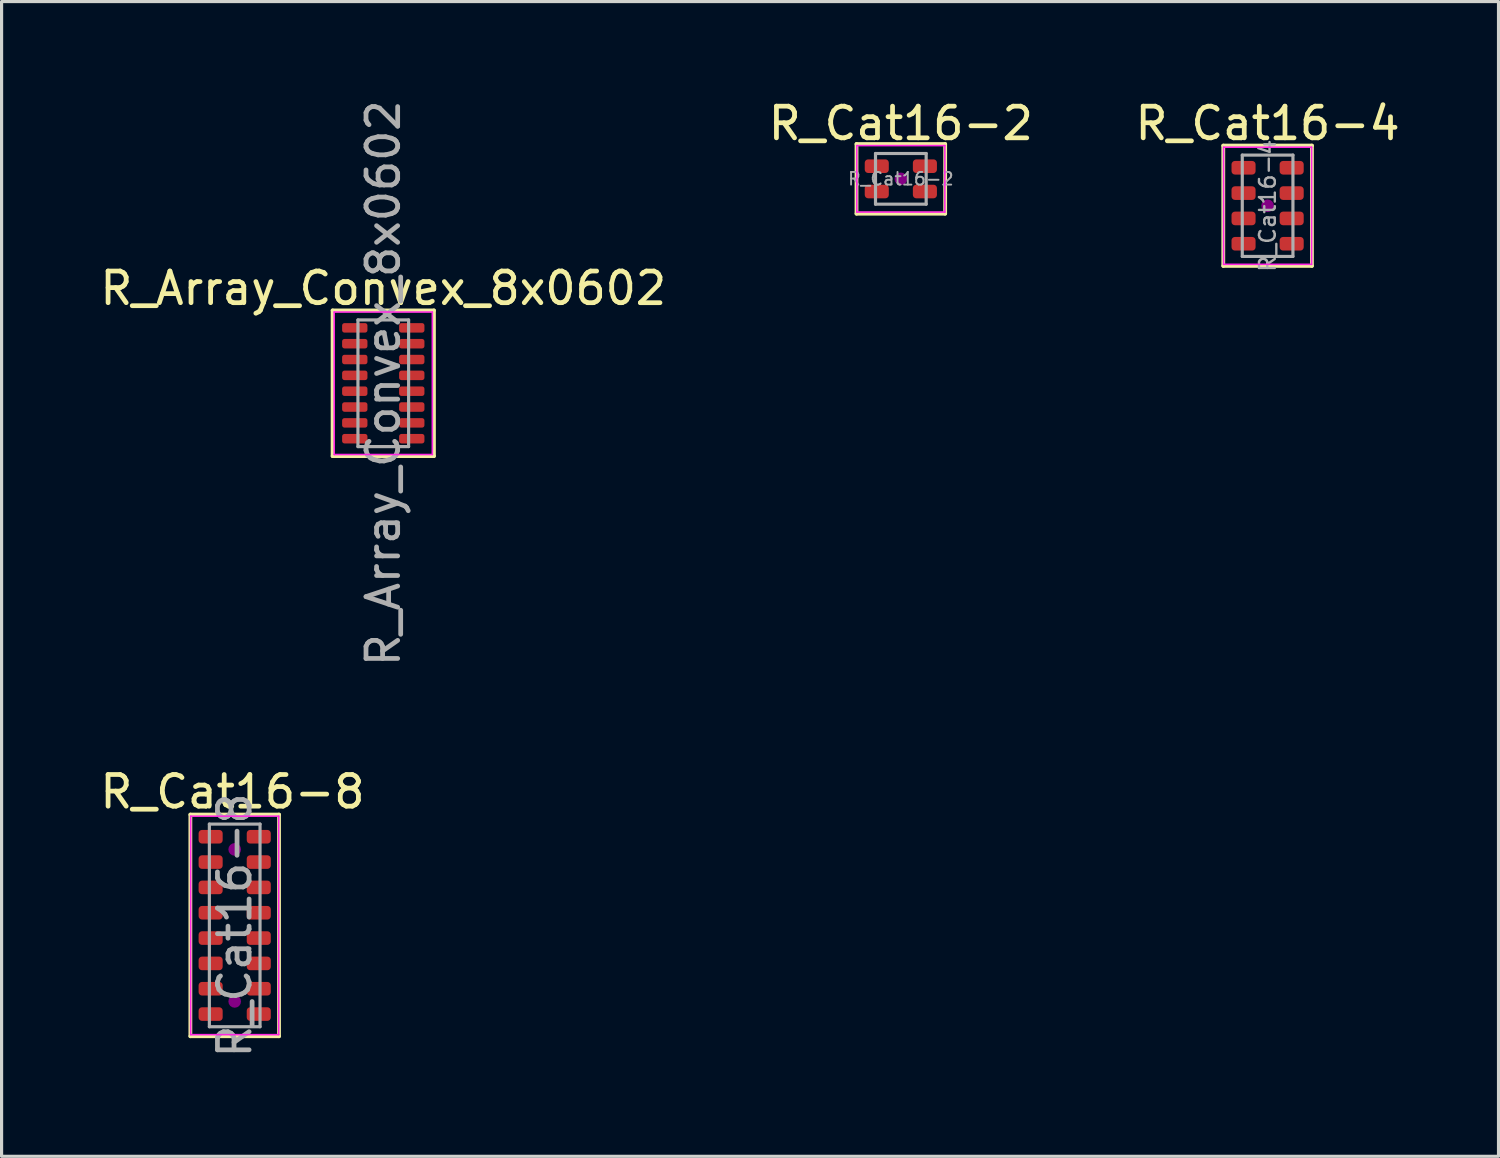
<source format=kicad_pcb>
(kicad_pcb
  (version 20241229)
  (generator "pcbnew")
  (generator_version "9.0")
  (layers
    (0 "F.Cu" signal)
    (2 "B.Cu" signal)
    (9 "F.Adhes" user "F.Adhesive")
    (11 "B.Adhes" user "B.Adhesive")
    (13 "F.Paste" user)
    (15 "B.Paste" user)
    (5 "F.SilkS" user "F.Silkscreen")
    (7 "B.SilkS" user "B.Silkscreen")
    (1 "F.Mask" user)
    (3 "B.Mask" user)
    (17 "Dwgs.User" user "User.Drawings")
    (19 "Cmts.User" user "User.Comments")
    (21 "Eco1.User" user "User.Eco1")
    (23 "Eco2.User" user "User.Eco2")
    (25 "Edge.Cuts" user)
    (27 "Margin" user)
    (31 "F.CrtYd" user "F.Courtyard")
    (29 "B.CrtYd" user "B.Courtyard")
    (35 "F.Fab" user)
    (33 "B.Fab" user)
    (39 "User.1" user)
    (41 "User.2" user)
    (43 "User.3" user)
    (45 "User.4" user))
  (footprint "R_Array_Convex_8x0602"
    (layer "F.Cu")
    (at 9.054 9.054)
    (property "Reference" "R_Array_Convex_8x0602" (at 0 -3 0) (layer "F.SilkS") (effects (font (size 1 1) (thickness 0.15))))
    (attr smd)
    (fp_line (start -1.6 -2.3) (end -1.6 2.3) (stroke (width 0.12) (type solid)) (layer "F.SilkS"))
    (fp_line (start -1.6 2.3) (end 1.6 2.3) (stroke (width 0.12) (type solid)) (layer "F.SilkS"))
    (fp_line (start 1.6 -2.3) (end -1.6 -2.3) (stroke (width 0.12) (type solid)) (layer "F.SilkS"))
    (fp_line (start 1.6 2.3) (end 1.6 -2.3) (stroke (width 0.12) (type solid)) (layer "F.SilkS"))
    (fp_line (start -1.55 -2.25) (end -1.55 2.25) (stroke (width 0.05) (type solid)) (layer "F.CrtYd"))
    (fp_line (start -1.55 -2.25) (end 1.55 -2.25) (stroke (width 0.05) (type solid)) (layer "F.CrtYd"))
    (fp_line (start 1.55 2.25) (end -1.55 2.25) (stroke (width 0.05) (type solid)) (layer "F.CrtYd"))
    (fp_line (start 1.55 2.25) (end 1.55 -2.25) (stroke (width 0.05) (type solid)) (layer "F.CrtYd"))
    (fp_line (start -0.8 -2) (end -0.8 2) (stroke (width 0.1) (type solid)) (layer "F.Fab"))
    (fp_line (start -0.8 2) (end 0.8 2) (stroke (width 0.1) (type solid)) (layer "F.Fab"))
    (fp_line (start 0.8 -2) (end -0.8 -2) (stroke (width 0.1) (type solid)) (layer "F.Fab"))
    (fp_line (start 0.8 2) (end 0.8 -2) (stroke (width 0.1) (type solid)) (layer "F.Fab"))
    (fp_text user "${REFERENCE}" (at 0 0 90) (layer "F.Fab") (effects (font (size 1 1) (thickness 0.15))))
    (pad "1" smd roundrect (at -0.9 -1.75) (size 0.8 0.3) (layers "F.Cu" "F.Mask" "F.Paste") (roundrect_rratio 0.25))
    (pad "2" smd roundrect (at -0.9 -1.25) (size 0.8 0.3) (layers "F.Cu" "F.Mask" "F.Paste") (roundrect_rratio 0.25))
    (pad "3" smd roundrect (at -0.9 -0.75) (size 0.8 0.3) (layers "F.Cu" "F.Mask" "F.Paste") (roundrect_rratio 0.25))
    (pad "4" smd roundrect (at -0.9 -0.25) (size 0.8 0.3) (layers "F.Cu" "F.Mask" "F.Paste") (roundrect_rratio 0.25))
    (pad "5" smd roundrect (at -0.9 0.25) (size 0.8 0.3) (layers "F.Cu" "F.Mask" "F.Paste") (roundrect_rratio 0.25))
    (pad "6" smd roundrect (at -0.9 0.75) (size 0.8 0.3) (layers "F.Cu" "F.Mask" "F.Paste") (roundrect_rratio 0.25))
    (pad "7" smd roundrect (at -0.9 1.25) (size 0.8 0.3) (layers "F.Cu" "F.Mask" "F.Paste") (roundrect_rratio 0.25))
    (pad "8" smd roundrect (at -0.9 1.75) (size 0.8 0.3) (layers "F.Cu" "F.Mask" "F.Paste") (roundrect_rratio 0.25))
    (pad "9" smd roundrect (at 0.9 1.75) (size 0.8 0.3) (layers "F.Cu" "F.Mask" "F.Paste") (roundrect_rratio 0.25))
    (pad "10" smd roundrect (at 0.9 1.25) (size 0.8 0.3) (layers "F.Cu" "F.Mask" "F.Paste") (roundrect_rratio 0.25))
    (pad "11" smd roundrect (at 0.9 0.75) (size 0.8 0.3) (layers "F.Cu" "F.Mask" "F.Paste") (roundrect_rratio 0.25))
    (pad "12" smd roundrect (at 0.9 0.25) (size 0.8 0.3) (layers "F.Cu" "F.Mask" "F.Paste") (roundrect_rratio 0.25))
    (pad "13" smd roundrect (at 0.9 -0.25) (size 0.8 0.3) (layers "F.Cu" "F.Mask" "F.Paste") (roundrect_rratio 0.25))
    (pad "14" smd roundrect (at 0.9 -0.75) (size 0.8 0.3) (layers "F.Cu" "F.Mask" "F.Paste") (roundrect_rratio 0.25))
    (pad "15" smd roundrect (at 0.9 -1.25) (size 0.8 0.3) (layers "F.Cu" "F.Mask" "F.Paste") (roundrect_rratio 0.25))
    (pad "16" smd roundrect (at 0.9 -1.75) (size 0.8 0.3) (layers "F.Cu" "F.Mask" "F.Paste") (roundrect_rratio 0.25)))
  (footprint "R_Cat16-8"
    (layer "F.Cu")
    (at 4.362 26.175)
    (property "Reference" "R_Cat16-8" (at -0.07 -4.22 0) (layer "F.SilkS") (effects (font (size 1 1) (thickness 0.15))))
    (attr smd)
    (fp_line (start -1.4 -3.5) (end -1.4 3.5) (stroke (width 0.12) (type solid)) (layer "F.SilkS"))
    (fp_line (start -1.4 3.5) (end 1.4 3.5) (stroke (width 0.12) (type solid)) (layer "F.SilkS"))
    (fp_line (start 1.4 -3.5) (end -1.4 -3.5) (stroke (width 0.12) (type solid)) (layer "F.SilkS"))
    (fp_line (start 1.4 3.5) (end 1.4 -3.5) (stroke (width 0.12) (type solid)) (layer "F.SilkS"))
    (fp_circle (center 0 -2.4) (end -0.1 -2.4) (stroke (width 0.2) (type solid)) (fill no) (layer "F.Adhes"))
    (fp_circle (center 0 2.4) (end -0.1 2.4) (stroke (width 0.2) (type solid)) (fill no) (layer "F.Adhes"))
    (fp_line (start -1.39 -3.45) (end -1.39 3.45) (stroke (width 0.05) (type solid)) (layer "F.CrtYd"))
    (fp_line (start -1.39 -3.45) (end 1.39 -3.45) (stroke (width 0.05) (type solid)) (layer "F.CrtYd"))
    (fp_line (start 1.39 3.45) (end -1.39 3.45) (stroke (width 0.05) (type solid)) (layer "F.CrtYd"))
    (fp_line (start 1.39 3.45) (end 1.39 -3.45) (stroke (width 0.05) (type solid)) (layer "F.CrtYd"))
    (fp_line (start -0.8 -3.2) (end 0.8 -3.2) (stroke (width 0.1) (type solid)) (layer "F.Fab"))
    (fp_line (start -0.8 3.2) (end -0.8 -3.2) (stroke (width 0.1) (type solid)) (layer "F.Fab"))
    (fp_line (start 0.8 -3.2) (end 0.8 3.2) (stroke (width 0.1) (type solid)) (layer "F.Fab"))
    (fp_line (start 0.8 3.2) (end -0.8 3.2) (stroke (width 0.1) (type solid)) (layer "F.Fab"))
    (fp_text user "${REFERENCE}" (at 0 0 90) (layer "F.Fab") (effects (font (size 1 1) (thickness 0.15))))
    (pad "1" smd roundrect (at -0.76 -2.8 180) (size 0.76 0.43) (layers "F.Cu" "F.Mask" "F.Paste") (roundrect_rratio 0.25))
    (pad "2" smd roundrect (at -0.76 -2 180) (size 0.76 0.43) (layers "F.Cu" "F.Mask" "F.Paste") (roundrect_rratio 0.25))
    (pad "3" smd roundrect (at -0.76 -1.2 180) (size 0.76 0.43) (layers "F.Cu" "F.Mask" "F.Paste") (roundrect_rratio 0.25))
    (pad "4" smd roundrect (at -0.76 -0.4 180) (size 0.76 0.43) (layers "F.Cu" "F.Mask" "F.Paste") (roundrect_rratio 0.25))
    (pad "5" smd roundrect (at -0.76 0.4 180) (size 0.76 0.43) (layers "F.Cu" "F.Mask" "F.Paste") (roundrect_rratio 0.25))
    (pad "6" smd roundrect (at -0.76 1.2 180) (size 0.76 0.43) (layers "F.Cu" "F.Mask" "F.Paste") (roundrect_rratio 0.25))
    (pad "7" smd roundrect (at -0.76 2 180) (size 0.76 0.43) (layers "F.Cu" "F.Mask" "F.Paste") (roundrect_rratio 0.25))
    (pad "8" smd roundrect (at -0.76 2.8 180) (size 0.76 0.43) (layers "F.Cu" "F.Mask" "F.Paste") (roundrect_rratio 0.25))
    (pad "9" smd roundrect (at 0.76 2.8 180) (size 0.76 0.43) (layers "F.Cu" "F.Mask" "F.Paste") (roundrect_rratio 0.25))
    (pad "10" smd roundrect (at 0.76 2 180) (size 0.76 0.43) (layers "F.Cu" "F.Mask" "F.Paste") (roundrect_rratio 0.25))
    (pad "11" smd roundrect (at 0.76 1.2 180) (size 0.76 0.43) (layers "F.Cu" "F.Mask" "F.Paste") (roundrect_rratio 0.25))
    (pad "12" smd roundrect (at 0.76 0.4 180) (size 0.76 0.43) (layers "F.Cu" "F.Mask" "F.Paste") (roundrect_rratio 0.25))
    (pad "13" smd roundrect (at 0.76 -0.4 180) (size 0.76 0.43) (layers "F.Cu" "F.Mask" "F.Paste") (roundrect_rratio 0.25))
    (pad "14" smd roundrect (at 0.76 -1.2 180) (size 0.76 0.43) (layers "F.Cu" "F.Mask" "F.Paste") (roundrect_rratio 0.25))
    (pad "15" smd roundrect (at 0.76 -2 180) (size 0.76 0.43) (layers "F.Cu" "F.Mask" "F.Paste") (roundrect_rratio 0.25))
    (pad "16" smd roundrect (at 0.76 -2.8 180) (size 0.76 0.43) (layers "F.Cu" "F.Mask" "F.Paste") (roundrect_rratio 0.25)))
  (footprint "R_Cat16-4"
    (layer "F.Cu")
    (at 36.982 3.448)
    (property "Reference" "R_Cat16-4" (at 0 -2.6 0) (layer "F.SilkS") (effects (font (size 1 1) (thickness 0.15))))
    (attr smd)
    (fp_line (start -1.4 -1.9) (end -1.4 1.9) (stroke (width 0.12) (type solid)) (layer "F.SilkS"))
    (fp_line (start -1.4 1.9) (end 1.4 1.9) (stroke (width 0.12) (type solid)) (layer "F.SilkS"))
    (fp_line (start 1.4 -1.9) (end -1.4 -1.9) (stroke (width 0.12) (type solid)) (layer "F.SilkS"))
    (fp_line (start 1.4 1.9) (end 1.4 -1.9) (stroke (width 0.12) (type solid)) (layer "F.SilkS"))
    (fp_circle (center 0 0) (end -0.1 0) (stroke (width 0.2) (type solid)) (fill no) (layer "F.Adhes"))
    (fp_line (start -1.39 -1.85) (end -1.39 1.85) (stroke (width 0.05) (type solid)) (layer "F.CrtYd"))
    (fp_line (start -1.39 -1.85) (end 1.39 -1.85) (stroke (width 0.05) (type solid)) (layer "F.CrtYd"))
    (fp_line (start 1.39 1.85) (end -1.39 1.85) (stroke (width 0.05) (type solid)) (layer "F.CrtYd"))
    (fp_line (start 1.39 1.85) (end 1.39 -1.85) (stroke (width 0.05) (type solid)) (layer "F.CrtYd"))
    (fp_line (start -0.8 -1.6) (end 0.8 -1.6) (stroke (width 0.1) (type solid)) (layer "F.Fab"))
    (fp_line (start -0.8 1.6) (end -0.8 -1.6) (stroke (width 0.1) (type solid)) (layer "F.Fab"))
    (fp_line (start 0.8 -1.6) (end 0.8 1.6) (stroke (width 0.1) (type solid)) (layer "F.Fab"))
    (fp_line (start 0.8 1.6) (end -0.8 1.6) (stroke (width 0.1) (type solid)) (layer "F.Fab"))
    (fp_text user "${REFERENCE}" (at 0 0 90) (layer "F.Fab") (effects (font (size 0.5 0.5) (thickness 0.075))))
    (pad "1" smd roundrect (at -0.76 -1.2 180) (size 0.76 0.43) (layers "F.Cu" "F.Mask" "F.Paste") (roundrect_rratio 0.25))
    (pad "2" smd roundrect (at -0.76 -0.4 180) (size 0.76 0.43) (layers "F.Cu" "F.Mask" "F.Paste") (roundrect_rratio 0.25))
    (pad "3" smd roundrect (at -0.76 0.4 180) (size 0.76 0.43) (layers "F.Cu" "F.Mask" "F.Paste") (roundrect_rratio 0.25))
    (pad "4" smd roundrect (at -0.76 1.2 180) (size 0.76 0.43) (layers "F.Cu" "F.Mask" "F.Paste") (roundrect_rratio 0.25))
    (pad "5" smd roundrect (at 0.76 1.2 180) (size 0.76 0.43) (layers "F.Cu" "F.Mask" "F.Paste") (roundrect_rratio 0.25))
    (pad "6" smd roundrect (at 0.76 0.4 180) (size 0.76 0.43) (layers "F.Cu" "F.Mask" "F.Paste") (roundrect_rratio 0.25))
    (pad "7" smd roundrect (at 0.76 -0.4 180) (size 0.76 0.43) (layers "F.Cu" "F.Mask" "F.Paste") (roundrect_rratio 0.25))
    (pad "8" smd roundrect (at 0.76 -1.2 180) (size 0.76 0.43) (layers "F.Cu" "F.Mask" "F.Paste") (roundrect_rratio 0.25)))
  (footprint "R_Cat16-2"
    (layer "F.Cu")
    (at 25.399 2.598)
    (property "Reference" "R_Cat16-2" (at 0 -1.75 0) (layer "F.SilkS") (effects (font (size 1 1) (thickness 0.15))))
    (attr smd)
    (fp_line (start -1.4 -1.1) (end 1.4 -1.1) (stroke (width 0.12) (type solid)) (layer "F.SilkS"))
    (fp_line (start -1.4 1.1) (end -1.4 -1.1) (stroke (width 0.12) (type solid)) (layer "F.SilkS"))
    (fp_line (start 1.4 -1.1) (end 1.4 1.1) (stroke (width 0.12) (type solid)) (layer "F.SilkS"))
    (fp_line (start 1.4 1.1) (end -1.4 1.1) (stroke (width 0.12) (type solid)) (layer "F.SilkS"))
    (fp_circle (center 0 0) (end -0.1 0) (stroke (width 0.2) (type solid)) (fill no) (layer "F.Adhes"))
    (fp_line (start -1.39 -1.05) (end -1.39 1.05) (stroke (width 0.05) (type solid)) (layer "F.CrtYd"))
    (fp_line (start -1.39 -1.05) (end 1.39 -1.05) (stroke (width 0.05) (type solid)) (layer "F.CrtYd"))
    (fp_line (start 1.39 1.05) (end -1.39 1.05) (stroke (width 0.05) (type solid)) (layer "F.CrtYd"))
    (fp_line (start 1.39 1.05) (end 1.39 -1.05) (stroke (width 0.05) (type solid)) (layer "F.CrtYd"))
    (fp_line (start -0.8 -0.8) (end 0.8 -0.8) (stroke (width 0.1) (type solid)) (layer "F.Fab"))
    (fp_line (start -0.8 0.8) (end -0.8 -0.8) (stroke (width 0.1) (type solid)) (layer "F.Fab"))
    (fp_line (start 0.8 -0.8) (end 0.8 0.8) (stroke (width 0.1) (type solid)) (layer "F.Fab"))
    (fp_line (start 0.8 0.8) (end -0.8 0.8) (stroke (width 0.1) (type solid)) (layer "F.Fab"))
    (fp_text user "${REFERENCE}" (at 0 0 0) (layer "F.Fab") (effects (font (size 0.4 0.4) (thickness 0.06))))
    (pad "1" smd roundrect (at -0.76 -0.4 180) (size 0.76 0.43) (layers "F.Cu" "F.Mask" "F.Paste") (roundrect_rratio 0.25))
    (pad "2" smd roundrect (at -0.76 0.4 180) (size 0.76 0.43) (layers "F.Cu" "F.Mask" "F.Paste") (roundrect_rratio 0.25))
    (pad "3" smd roundrect (at 0.76 0.4 180) (size 0.76 0.43) (layers "F.Cu" "F.Mask" "F.Paste") (roundrect_rratio 0.25))
    (pad "4" smd roundrect (at 0.76 -0.4 180) (size 0.76 0.43) (layers "F.Cu" "F.Mask" "F.Paste") (roundrect_rratio 0.25)))
  (gr_rect
    (start -3 -3)
    (end 44.274 33.467)
    (stroke (width 0.1) (type default))
    (fill no)
    (layer "Edge.Cuts")))
</source>
